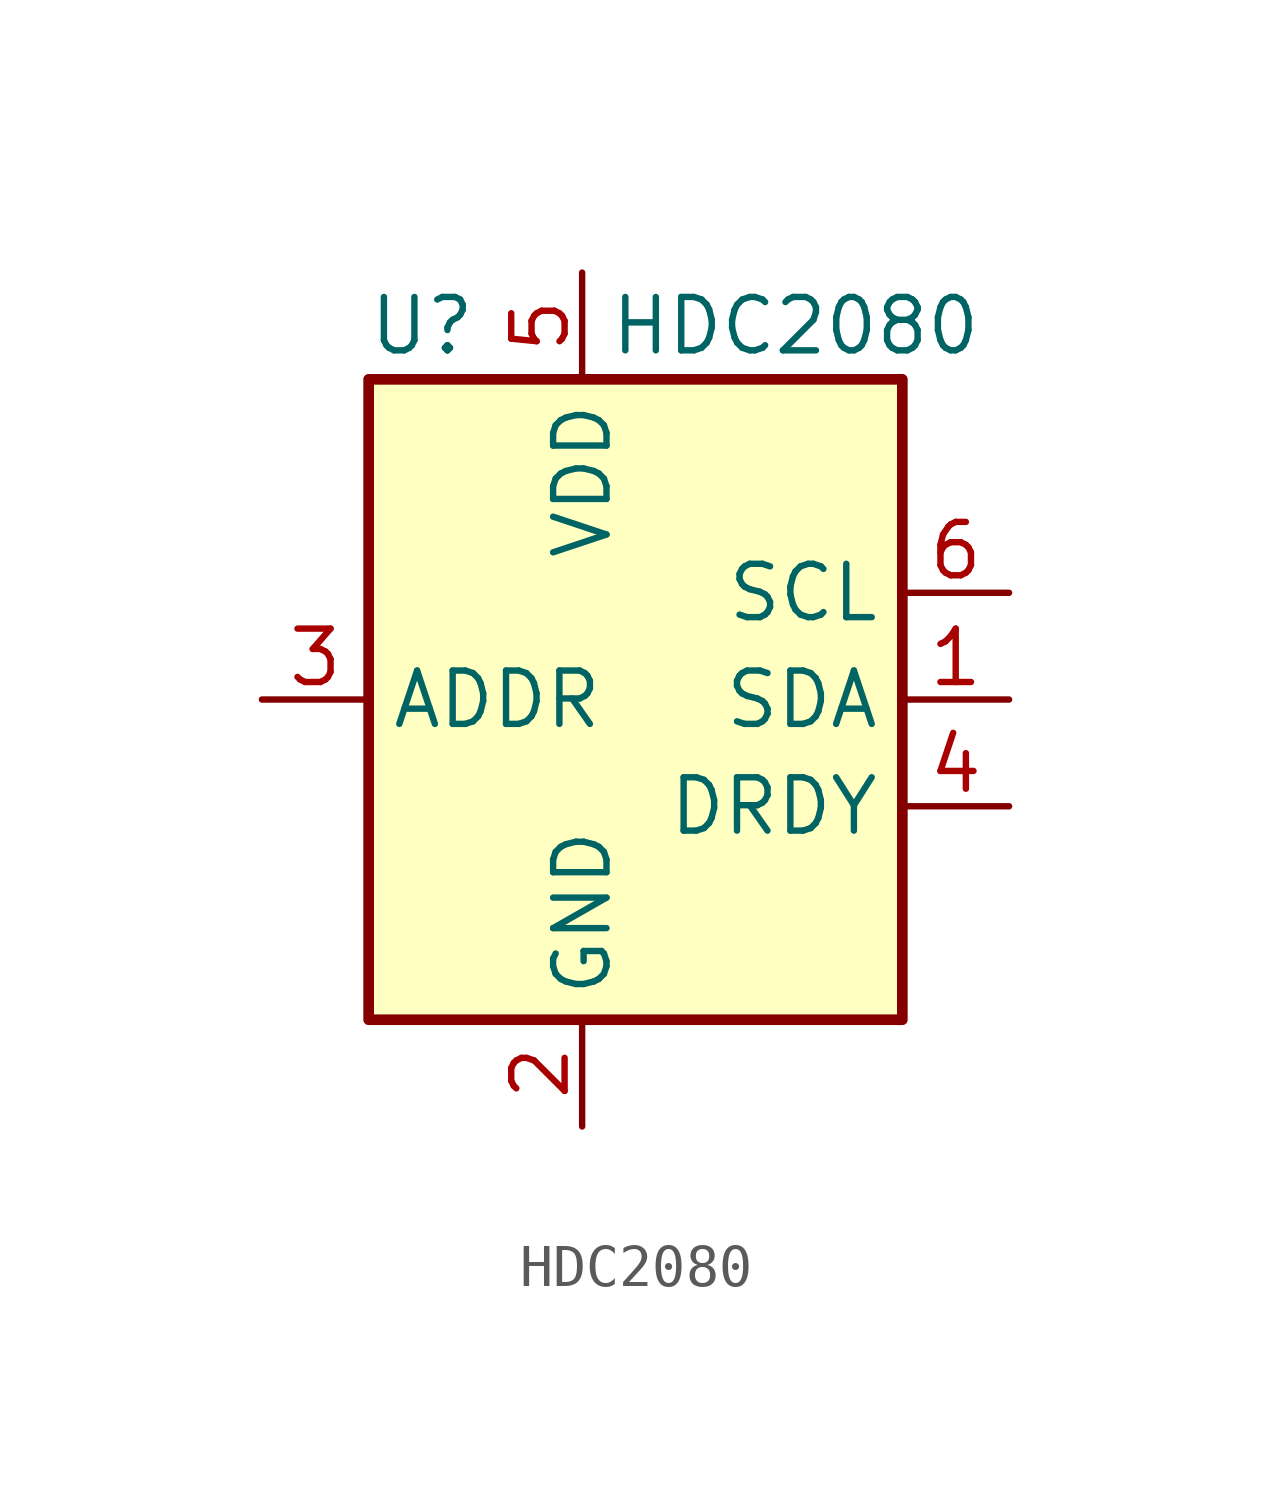
<source format=kicad_sym>
(kicad_symbol_lib
  (version 20211014)
  (generator kicad_symbol_editor)
  (symbol "HDC2080"
    (property "Reference" "U"
      (at -6.35 8.89 0)
      (effects (font (size 1.27 1.27))))
    (property "Value" "HDC2080"
      (at 2.54 8.89 0)
      (effects (font (size 1.27 1.27))))
    (symbol "HDC2080_0_1"
      (rectangle (start -7.62 7.62) (end 5.08 -7.62) (stroke (width 0.254) (type default) (color 0 0 0 0)) (fill (type background))))
    (symbol "HDC2080_1_1"
      (pin bidirectional line (at 7.62 0 180) (length 2.54) (name "SDA" (effects (font (size 1.27 1.27)))) (number "1" (effects (font (size 1.27 1.27)))))
      (pin power_in line (at -2.54 -10.16 90) (length 2.54) (name "GND" (effects (font (size 1.27 1.27)))) (number "2" (effects (font (size 1.27 1.27)))))
      (pin input line (at -10.16 0 0) (length 2.54) (name "ADDR" (effects (font (size 1.27 1.27)))) (number "3" (effects (font (size 1.27 1.27)))))
      (pin output line (at 7.62 -2.54 180) (length 2.54) (name "DRDY" (effects (font (size 1.27 1.27)))) (number "4" (effects (font (size 1.27 1.27)))))
      (pin power_in line (at -2.54 10.16 270) (length 2.54) (name "VDD" (effects (font (size 1.27 1.27)))) (number "5" (effects (font (size 1.27 1.27)))))
      (pin input line (at 7.62 2.54 180) (length 2.54) (name "SCL" (effects (font (size 1.27 1.27)))) (number "6" (effects (font (size 1.27 1.27)))))
      (pin no_connect line (at -7.62 -2.54 0) (length 2.54) hide (name "EP" (effects (font (size 1.27 1.27)))) (number "7" (effects (font (size 1.27 1.27))))))))
</source>
